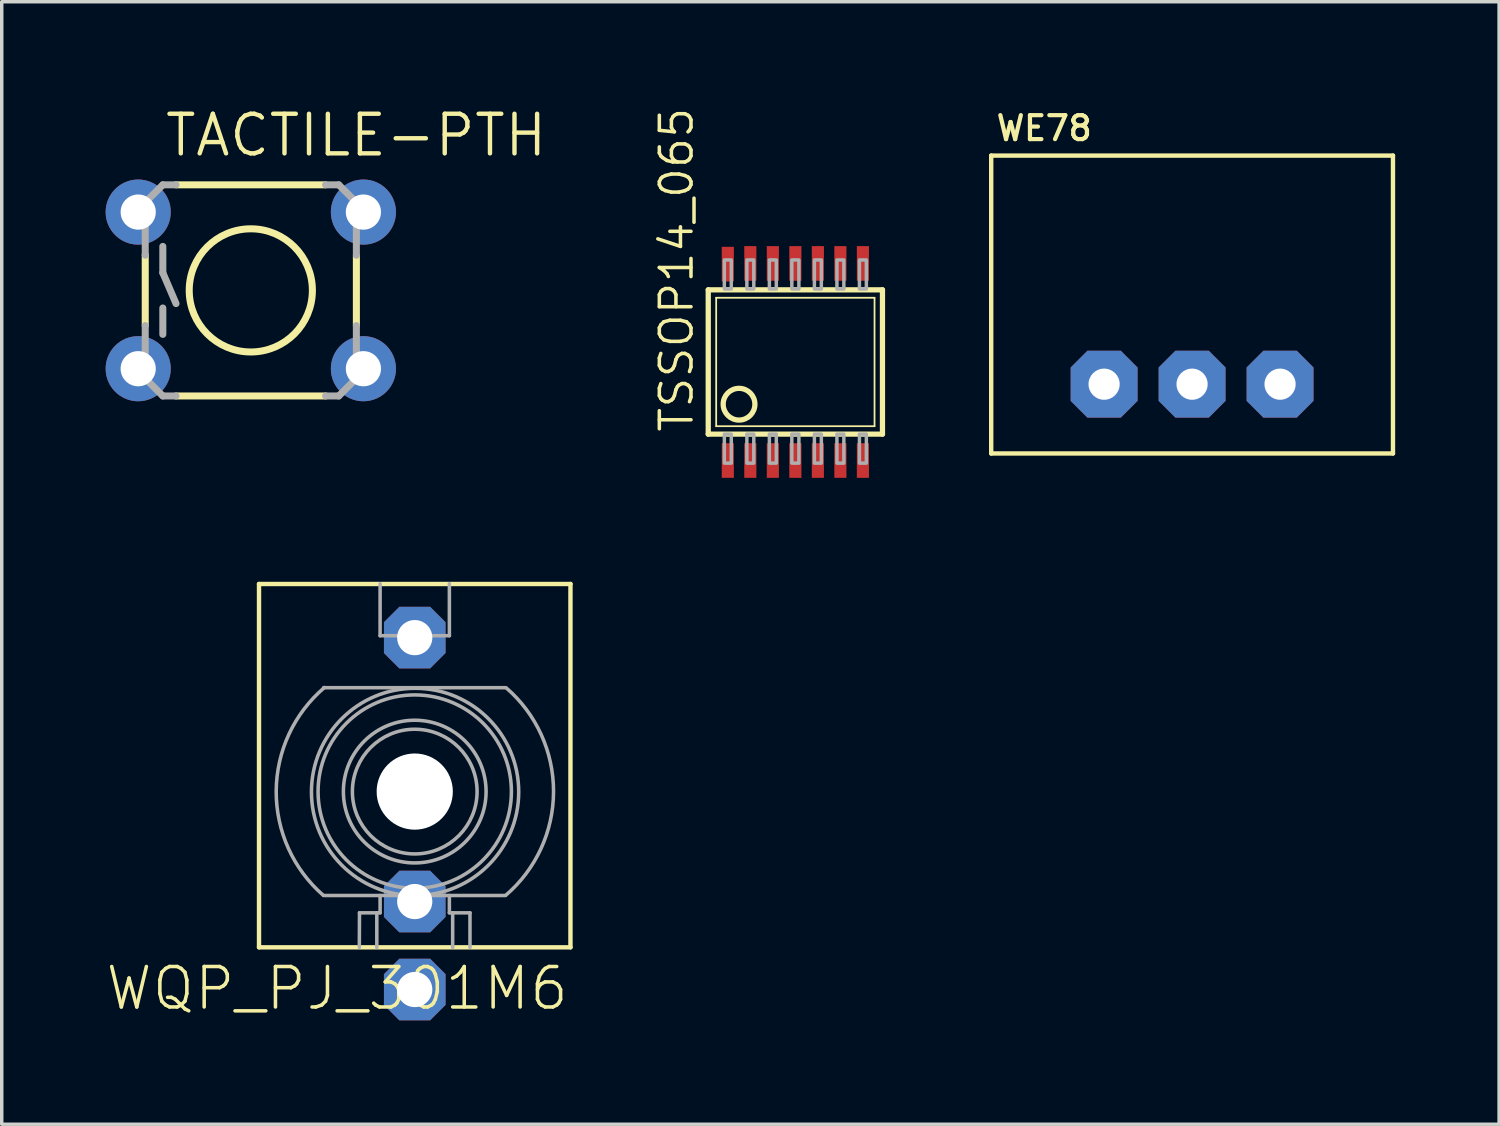
<source format=kicad_pcb>
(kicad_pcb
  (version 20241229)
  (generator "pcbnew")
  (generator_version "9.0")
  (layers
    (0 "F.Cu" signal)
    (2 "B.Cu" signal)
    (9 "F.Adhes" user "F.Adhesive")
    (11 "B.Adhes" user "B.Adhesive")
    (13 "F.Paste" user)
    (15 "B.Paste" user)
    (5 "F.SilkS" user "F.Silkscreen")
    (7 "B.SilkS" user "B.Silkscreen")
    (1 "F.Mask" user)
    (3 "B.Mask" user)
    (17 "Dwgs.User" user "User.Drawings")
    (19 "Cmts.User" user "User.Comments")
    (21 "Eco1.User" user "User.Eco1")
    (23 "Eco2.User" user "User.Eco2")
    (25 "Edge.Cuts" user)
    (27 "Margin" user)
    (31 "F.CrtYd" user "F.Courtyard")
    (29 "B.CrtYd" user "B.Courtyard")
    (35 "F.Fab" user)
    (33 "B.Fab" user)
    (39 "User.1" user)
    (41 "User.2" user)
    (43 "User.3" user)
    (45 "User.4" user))
  (footprint "WE78"
    (layer "F.Cu")
    (at 31.367 8.042)
    (property "Reference" "WE78" (at -5.715 -6.985 0) (layer "F.SilkS") (effects (font (size 0.691 0.691) (thickness 0.122)) (justify left bottom)))
    (fp_line (start -5.8 -6.6) (end 5.8 -6.6) (stroke (width 0.127) (type solid)) (layer "F.SilkS"))
    (fp_line (start -5.8 2) (end -5.8 -6.6) (stroke (width 0.127) (type solid)) (layer "F.SilkS"))
    (fp_line (start -5.8 2) (end 5.8 2) (stroke (width 0.127) (type solid)) (layer "F.SilkS"))
    (fp_line (start 5.8 -6.6) (end 5.8 2) (stroke (width 0.127) (type solid)) (layer "F.SilkS"))
    (pad "1" thru_hole roundrect (at -2.54 0 90) (size 1.93 1.93) (drill 0.9) (layers "*.Cu" "*.Mask") (roundrect_rratio 0.25) (chamfer_ratio 0.25) (chamfer top_left top_right bottom_left bottom_right))
    (pad "2" thru_hole roundrect (at 0 0 90) (size 1.93 1.93) (drill 0.9) (layers "*.Cu" "*.Mask") (roundrect_rratio 0.25) (chamfer_ratio 0.25) (chamfer top_left top_right bottom_left bottom_right))
    (pad "3" thru_hole roundrect (at 2.54 0 90) (size 1.93 1.93) (drill 0.9) (layers "*.Cu" "*.Mask") (roundrect_rratio 0.25) (chamfer_ratio 0.25) (chamfer top_left top_right bottom_left bottom_right)))
  (footprint "TSSOP14_065"
    (layer "F.Cu")
    (at 19.913 7.401)
    (property "Reference" "TSSOP14_065" (at -2.896 2.083 90) (layer "F.SilkS") (effects (font (size 0.914 0.914) (thickness 0.102)) (justify left bottom)))
    (fp_line (start -2.515 2.083) (end -2.515 -2.083) (stroke (width 0.152) (type solid)) (layer "F.SilkS"))
    (fp_line (start -2.515 2.083) (end 2.515 2.083) (stroke (width 0.152) (type solid)) (layer "F.SilkS"))
    (fp_line (start -2.286 1.854) (end -2.286 -1.854) (stroke (width 0.051) (type solid)) (layer "F.SilkS"))
    (fp_line (start -2.286 1.854) (end 2.286 1.854) (stroke (width 0.051) (type solid)) (layer "F.SilkS"))
    (fp_line (start 2.286 -1.854) (end -2.286 -1.854) (stroke (width 0.051) (type solid)) (layer "F.SilkS"))
    (fp_line (start 2.286 -1.854) (end 2.286 1.854) (stroke (width 0.051) (type solid)) (layer "F.SilkS"))
    (fp_line (start 2.515 -2.083) (end -2.515 -2.083) (stroke (width 0.152) (type solid)) (layer "F.SilkS"))
    (fp_line (start 2.515 -2.083) (end 2.515 2.083) (stroke (width 0.152) (type solid)) (layer "F.SilkS"))
    (fp_circle (center -1.626 1.219) (end -1.168 1.219) (stroke (width 0.152) (type solid)) (fill no) (layer "F.SilkS"))
    (fp_poly (pts (xy -2.05 -2.108) (xy -1.85 -2.108) (xy -1.85 -2.946) (xy -2.05 -2.946)) (stroke (width 0.1) (type solid)) (fill no) (layer "F.Fab"))
    (fp_poly (pts (xy -2.05 2.921) (xy -1.85 2.921) (xy -1.85 2.083) (xy -2.05 2.083)) (stroke (width 0.1) (type solid)) (fill no) (layer "F.Fab"))
    (fp_poly (pts (xy -1.4 -2.108) (xy -1.2 -2.108) (xy -1.2 -2.946) (xy -1.4 -2.946)) (stroke (width 0.1) (type solid)) (fill no) (layer "F.Fab"))
    (fp_poly (pts (xy -1.4 2.921) (xy -1.2 2.921) (xy -1.2 2.083) (xy -1.4 2.083)) (stroke (width 0.1) (type solid)) (fill no) (layer "F.Fab"))
    (fp_poly (pts (xy -0.75 -2.108) (xy -0.55 -2.108) (xy -0.55 -2.946) (xy -0.75 -2.946)) (stroke (width 0.1) (type solid)) (fill no) (layer "F.Fab"))
    (fp_poly (pts (xy -0.75 2.921) (xy -0.55 2.921) (xy -0.55 2.083) (xy -0.75 2.083)) (stroke (width 0.1) (type solid)) (fill no) (layer "F.Fab"))
    (fp_poly (pts (xy -0.102 -2.108) (xy 0.102 -2.108) (xy 0.102 -2.946) (xy -0.102 -2.946)) (stroke (width 0.1) (type solid)) (fill no) (layer "F.Fab"))
    (fp_poly (pts (xy -0.102 2.921) (xy 0.102 2.921) (xy 0.102 2.083) (xy -0.102 2.083)) (stroke (width 0.1) (type solid)) (fill no) (layer "F.Fab"))
    (fp_poly (pts (xy 0.55 -2.108) (xy 0.75 -2.108) (xy 0.75 -2.946) (xy 0.55 -2.946)) (stroke (width 0.1) (type solid)) (fill no) (layer "F.Fab"))
    (fp_poly (pts (xy 0.55 2.921) (xy 0.75 2.921) (xy 0.75 2.083) (xy 0.55 2.083)) (stroke (width 0.1) (type solid)) (fill no) (layer "F.Fab"))
    (fp_poly (pts (xy 1.2 -2.108) (xy 1.4 -2.108) (xy 1.4 -2.946) (xy 1.2 -2.946)) (stroke (width 0.1) (type solid)) (fill no) (layer "F.Fab"))
    (fp_poly (pts (xy 1.2 2.921) (xy 1.4 2.921) (xy 1.4 2.083) (xy 1.2 2.083)) (stroke (width 0.1) (type solid)) (fill no) (layer "F.Fab"))
    (fp_poly (pts (xy 1.85 -2.108) (xy 2.05 -2.108) (xy 2.05 -2.946) (xy 1.85 -2.946)) (stroke (width 0.1) (type solid)) (fill no) (layer "F.Fab"))
    (fp_poly (pts (xy 1.85 2.921) (xy 2.05 2.921) (xy 2.05 2.083) (xy 1.85 2.083)) (stroke (width 0.1) (type solid)) (fill no) (layer "F.Fab"))
    (pad "1" smd rect (at -1.95 2.845) (size 0.35 1) (layers "F.Cu" "F.Mask" "F.Paste"))
    (pad "2" smd rect (at -1.3 2.845) (size 0.35 1) (layers "F.Cu" "F.Mask" "F.Paste"))
    (pad "3" smd rect (at -0.65 2.845) (size 0.35 1) (layers "F.Cu" "F.Mask" "F.Paste"))
    (pad "4" smd rect (at 0 2.845) (size 0.35 1) (layers "F.Cu" "F.Mask" "F.Paste"))
    (pad "5" smd rect (at 0.65 2.845) (size 0.35 1) (layers "F.Cu" "F.Mask" "F.Paste"))
    (pad "6" smd rect (at 1.3 2.845) (size 0.35 1) (layers "F.Cu" "F.Mask" "F.Paste"))
    (pad "7" smd rect (at 1.95 2.845) (size 0.35 1) (layers "F.Cu" "F.Mask" "F.Paste"))
    (pad "8" smd rect (at 1.95 -2.845) (size 0.35 1) (layers "F.Cu" "F.Mask" "F.Paste"))
    (pad "9" smd rect (at 1.3 -2.845) (size 0.35 1) (layers "F.Cu" "F.Mask" "F.Paste"))
    (pad "10" smd rect (at 0.65 -2.845) (size 0.35 1) (layers "F.Cu" "F.Mask" "F.Paste"))
    (pad "11" smd rect (at 0 -2.845) (size 0.35 1) (layers "F.Cu" "F.Mask" "F.Paste"))
    (pad "12" smd rect (at -0.65 -2.845) (size 0.35 1) (layers "F.Cu" "F.Mask" "F.Paste"))
    (pad "13" smd rect (at -1.3 -2.845) (size 0.35 1) (layers "F.Cu" "F.Mask" "F.Paste"))
    (pad "14" smd rect (at -1.95 -2.825) (size 0.35 1) (layers "F.Cu" "F.Mask" "F.Paste")))
  (footprint "WQP_PJ_301M6"
    (layer "F.Cu")
    (at 8.924 19.804)
    (property "Reference" "WQP_PJ_301M6" (at 4.5 5 0) (layer "F.SilkS") (effects (font (size 1.168 1.168) (thickness 0.102)) (justify right top)))
    (fp_line (start -4.496 -5.994) (end 4.496 -5.994) (stroke (width 0.127) (type solid)) (layer "F.SilkS"))
    (fp_line (start -4.496 4.496) (end -4.496 -5.994) (stroke (width 0.127) (type solid)) (layer "F.SilkS"))
    (fp_line (start 4.496 -5.994) (end 4.496 4.496) (stroke (width 0.127) (type solid)) (layer "F.SilkS"))
    (fp_line (start 4.496 4.496) (end -4.496 4.496) (stroke (width 0.127) (type solid)) (layer "F.SilkS"))
    (fp_line (start -2.631 -3) (end 2.62 -3) (stroke (width 0.102) (type solid)) (layer "F.Fab"))
    (fp_line (start -2.631 3) (end 2.62 3) (stroke (width 0.102) (type solid)) (layer "F.Fab"))
    (fp_line (start -1.6 4.496) (end -1.595 3.5) (stroke (width 0.102) (type solid)) (layer "F.Fab"))
    (fp_line (start -1.595 3.5) (end -1.095 3.5) (stroke (width 0.102) (type solid)) (layer "F.Fab"))
    (fp_line (start -1.095 3.5) (end -1.095 4.5) (stroke (width 0.102) (type solid)) (layer "F.Fab"))
    (fp_line (start -1.095 3.5) (end -1 3.5) (stroke (width 0.102) (type solid)) (layer "F.Fab"))
    (fp_line (start -1 -4.5) (end -1 -6) (stroke (width 0.102) (type solid)) (layer "F.Fab"))
    (fp_line (start -1 0) (end 1 0) (stroke (width 0.102) (type solid)) (layer "F.Fab"))
    (fp_line (start -1 3.5) (end -1 3) (stroke (width 0.102) (type solid)) (layer "F.Fab"))
    (fp_line (start 0 -1) (end 0 1) (stroke (width 0.102) (type solid)) (layer "F.Fab"))
    (fp_line (start 1 -6) (end 1 -4.5) (stroke (width 0.102) (type solid)) (layer "F.Fab"))
    (fp_line (start 1 -4.5) (end -1 -4.5) (stroke (width 0.102) (type solid)) (layer "F.Fab"))
    (fp_line (start 1 3) (end 1 3.5) (stroke (width 0.102) (type solid)) (layer "F.Fab"))
    (fp_line (start 1 3.5) (end 1.095 3.5) (stroke (width 0.102) (type solid)) (layer "F.Fab"))
    (fp_line (start 1.095 3.5) (end 1.095 4.5) (stroke (width 0.102) (type solid)) (layer "F.Fab"))
    (fp_line (start 1.095 3.5) (end 1.595 3.5) (stroke (width 0.102) (type solid)) (layer "F.Fab"))
    (fp_line (start 1.595 3.5) (end 1.595 4.5) (stroke (width 0.102) (type solid)) (layer "F.Fab"))
    (fp_arc (start -2.641998 2.994) (mid -3.999529 -0.012791) (end -2.608 -3.004) (stroke (width 0.1016) (type solid)) (layer "F.Fab"))
    (fp_arc (start 2.642 -2.994) (mid 4.007235 0.003208) (end 2.628 2.994) (stroke (width 0.1016) (type solid)) (layer "F.Fab"))
    (fp_circle (center 0 0) (end 1.8 0) (stroke (width 0.102) (type solid)) (fill no) (layer "F.Fab"))
    (fp_circle (center 0 0) (end 2.06 0) (stroke (width 0.102) (type solid)) (fill no) (layer "F.Fab"))
    (fp_circle (center 0 0) (end 2.791 0) (stroke (width 0.102) (type solid)) (fill no) (layer "F.Fab"))
    (fp_circle (center 0.01 0.01) (end 3.002 0.01) (stroke (width 0.102) (type solid)) (fill no) (layer "F.Fab"))
    (pad "" np_thru_hole circle (at 0 0) (size 2.2 2.2) (drill 2.2) (layers "*.Cu" "*.Mask"))
    (pad "P1" thru_hole roundrect (at 0 5.715) (size 1.778 1.778) (drill 1.016) (layers "*.Cu" "*.Mask") (roundrect_rratio 0.25) (chamfer_ratio 0.25) (chamfer top_left top_right bottom_left bottom_right))
    (pad "P2" thru_hole roundrect (at 0 3.175) (size 1.778 1.778) (drill 1.016) (layers "*.Cu" "*.Mask") (roundrect_rratio 0.25) (chamfer_ratio 0.25) (chamfer top_left top_right bottom_left bottom_right))
    (pad "P3" thru_hole roundrect (at 0 -4.445) (size 1.778 1.778) (drill 1.016) (layers "*.Cu" "*.Mask") (roundrect_rratio 0.25) (chamfer_ratio 0.25) (chamfer top_left top_right bottom_left bottom_right)))
  (footprint "TACTILE-PTH"
    (layer "F.Cu")
    (at 4.191 5.334)
    (property "Reference" "TACTILE-PTH" (at -2.54 -3.81 0) (layer "F.SilkS") (effects (font (size 1.143 1.143) (thickness 0.127)) (justify left bottom)))
    (fp_line (start -3.048 -1.028) (end -3.048 1.016) (stroke (width 0.203) (type solid)) (layer "F.SilkS"))
    (fp_line (start -2.159 3.048) (end 2.159 3.048) (stroke (width 0.203) (type solid)) (layer "F.SilkS"))
    (fp_line (start 2.159 -3.048) (end -2.159 -3.048) (stroke (width 0.203) (type solid)) (layer "F.SilkS"))
    (fp_line (start 3.048 -0.998) (end 3.048 1.016) (stroke (width 0.203) (type solid)) (layer "F.SilkS"))
    (fp_circle (center 0 0) (end 1.778 0) (stroke (width 0.203) (type solid)) (fill no) (layer "F.SilkS"))
    (fp_line (start -3.048 -2.54) (end -3.048 -1.016) (stroke (width 0.203) (type solid)) (layer "F.Fab"))
    (fp_line (start -3.048 2.54) (end -3.048 1.016) (stroke (width 0.203) (type solid)) (layer "F.Fab"))
    (fp_line (start -2.54 -3.048) (end -3.048 -2.54) (stroke (width 0.203) (type solid)) (layer "F.Fab"))
    (fp_line (start -2.54 -3.048) (end -2.159 -3.048) (stroke (width 0.203) (type solid)) (layer "F.Fab"))
    (fp_line (start -2.54 -1.27) (end -2.54 -0.508) (stroke (width 0.203) (type solid)) (layer "F.Fab"))
    (fp_line (start -2.54 -0.508) (end -2.159 0.381) (stroke (width 0.203) (type solid)) (layer "F.Fab"))
    (fp_line (start -2.54 0.508) (end -2.54 1.27) (stroke (width 0.203) (type solid)) (layer "F.Fab"))
    (fp_line (start -2.54 3.048) (end -3.048 2.54) (stroke (width 0.203) (type solid)) (layer "F.Fab"))
    (fp_line (start -2.54 3.048) (end -2.159 3.048) (stroke (width 0.203) (type solid)) (layer "F.Fab"))
    (fp_line (start 2.54 -3.048) (end 2.159 -3.048) (stroke (width 0.203) (type solid)) (layer "F.Fab"))
    (fp_line (start 2.54 3.048) (end 2.159 3.048) (stroke (width 0.203) (type solid)) (layer "F.Fab"))
    (fp_line (start 2.54 3.048) (end 3.048 2.54) (stroke (width 0.203) (type solid)) (layer "F.Fab"))
    (fp_line (start 3.048 -2.54) (end 2.54 -3.048) (stroke (width 0.203) (type solid)) (layer "F.Fab"))
    (fp_line (start 3.048 -1.016) (end 3.048 -2.54) (stroke (width 0.203) (type solid)) (layer "F.Fab"))
    (fp_line (start 3.048 2.54) (end 3.048 1.016) (stroke (width 0.203) (type solid)) (layer "F.Fab"))
    (pad "1" thru_hole circle (at -3.251 -2.261) (size 1.88 1.88) (drill 1.016) (layers "*.Cu" "*.Mask"))
    (pad "2" thru_hole circle (at 3.251 -2.261) (size 1.88 1.88) (drill 1.016) (layers "*.Cu" "*.Mask"))
    (pad "3" thru_hole circle (at -3.251 2.261) (size 1.88 1.88) (drill 1.016) (layers "*.Cu" "*.Mask"))
    (pad "4" thru_hole circle (at 3.251 2.261) (size 1.88 1.88) (drill 1.016) (layers "*.Cu" "*.Mask")))
  (gr_rect
    (start -3 -3)
    (end 40.231 29.408)
    (stroke (width 0.1) (type default))
    (fill no)
    (layer "Edge.Cuts")))
</source>
